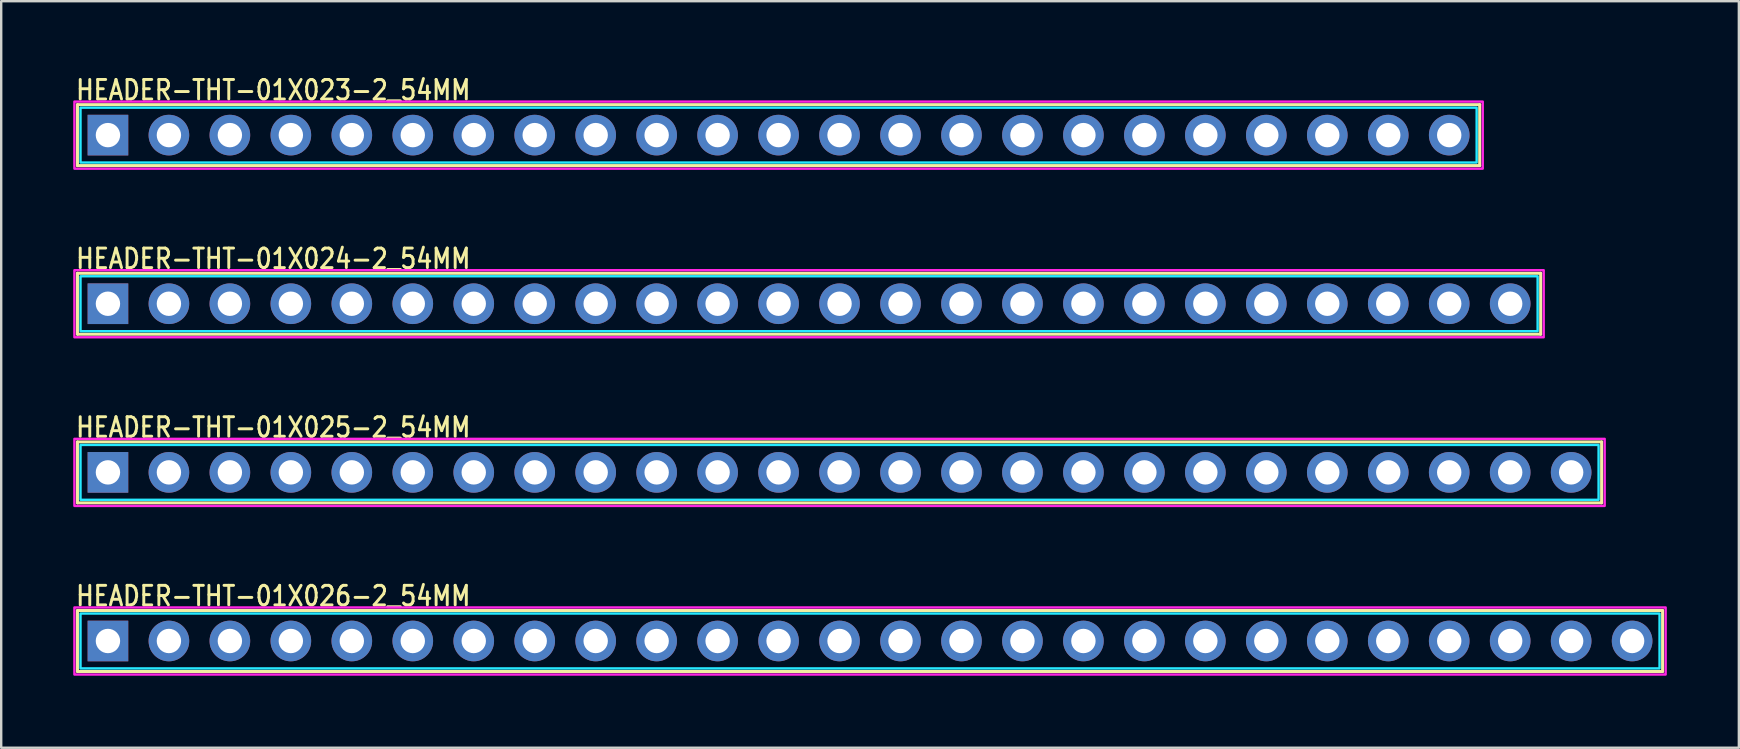
<source format=kicad_pcb>
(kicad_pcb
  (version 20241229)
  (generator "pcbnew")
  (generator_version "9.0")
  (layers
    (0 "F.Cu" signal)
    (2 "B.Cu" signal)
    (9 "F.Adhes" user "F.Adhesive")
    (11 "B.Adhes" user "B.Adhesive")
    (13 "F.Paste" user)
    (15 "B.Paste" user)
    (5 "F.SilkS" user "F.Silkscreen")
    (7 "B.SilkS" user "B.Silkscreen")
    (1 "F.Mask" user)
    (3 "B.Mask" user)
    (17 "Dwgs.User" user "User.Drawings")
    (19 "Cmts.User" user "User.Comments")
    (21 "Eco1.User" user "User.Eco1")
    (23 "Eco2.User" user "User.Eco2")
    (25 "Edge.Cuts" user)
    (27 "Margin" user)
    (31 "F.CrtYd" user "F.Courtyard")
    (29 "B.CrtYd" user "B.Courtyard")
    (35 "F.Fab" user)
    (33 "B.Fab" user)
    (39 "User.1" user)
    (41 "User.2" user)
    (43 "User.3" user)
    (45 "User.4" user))
  (footprint "HEADER-THT-01X026-2_54MM"
    (layer "F.Cu")
    (at 1.447 23.655)
    (property "Reference" "HEADER-THT-01X026-2_54MM" (at -1.4 -1.4 0) (unlocked yes) (layer "F.SilkS") (effects (font (size 0.813 0.695) (thickness 0.122)) (justify left bottom)))
    (fp_line (start -1.27 -1.27) (end -1.27 1.27) (stroke (width 0.127) (type solid)) (layer "F.SilkS"))
    (fp_line (start -1.27 1.27) (end 64.77 1.27) (stroke (width 0.127) (type solid)) (layer "F.SilkS"))
    (fp_line (start 64.77 -1.27) (end -1.27 -1.27) (stroke (width 0.127) (type solid)) (layer "F.SilkS"))
    (fp_line (start 64.77 1.27) (end 64.77 -1.27) (stroke (width 0.127) (type solid)) (layer "F.SilkS"))
    (fp_poly (pts (xy -1.143 -1.143) (xy 64.643 -1.143) (xy 64.643 1.143) (xy -1.143 1.143)) (stroke (width 0.1) (type solid)) (fill no) (layer "B.CrtYd"))
    (fp_poly (pts (xy -1.397 -1.397) (xy 64.897 -1.397) (xy 64.897 1.397) (xy -1.397 1.397)) (stroke (width 0.1) (type solid)) (fill no) (layer "F.CrtYd"))
    (pad "P$1" thru_hole rect (at 0 0) (size 1.693 1.693) (drill 1.016) (layers "*.Cu" "*.Mask"))
    (pad "P$2" thru_hole oval (at 2.54 0) (size 1.693 1.693) (drill 1.016) (layers "*.Cu" "*.Mask"))
    (pad "P$3" thru_hole oval (at 5.08 0) (size 1.693 1.693) (drill 1.016) (layers "*.Cu" "*.Mask"))
    (pad "P$4" thru_hole oval (at 7.62 0) (size 1.693 1.693) (drill 1.016) (layers "*.Cu" "*.Mask"))
    (pad "P$5" thru_hole oval (at 10.16 0) (size 1.693 1.693) (drill 1.016) (layers "*.Cu" "*.Mask"))
    (pad "P$6" thru_hole oval (at 12.7 0) (size 1.693 1.693) (drill 1.016) (layers "*.Cu" "*.Mask"))
    (pad "P$7" thru_hole oval (at 15.24 0) (size 1.693 1.693) (drill 1.016) (layers "*.Cu" "*.Mask"))
    (pad "P$8" thru_hole oval (at 17.78 0) (size 1.693 1.693) (drill 1.016) (layers "*.Cu" "*.Mask"))
    (pad "P$9" thru_hole oval (at 20.32 0) (size 1.693 1.693) (drill 1.016) (layers "*.Cu" "*.Mask"))
    (pad "P$10" thru_hole oval (at 22.86 0) (size 1.693 1.693) (drill 1.016) (layers "*.Cu" "*.Mask"))
    (pad "P$11" thru_hole oval (at 25.4 0) (size 1.693 1.693) (drill 1.016) (layers "*.Cu" "*.Mask"))
    (pad "P$12" thru_hole oval (at 27.94 0) (size 1.693 1.693) (drill 1.016) (layers "*.Cu" "*.Mask"))
    (pad "P$13" thru_hole oval (at 30.48 0) (size 1.693 1.693) (drill 1.016) (layers "*.Cu" "*.Mask"))
    (pad "P$14" thru_hole oval (at 33.02 0) (size 1.693 1.693) (drill 1.016) (layers "*.Cu" "*.Mask"))
    (pad "P$15" thru_hole oval (at 35.56 0) (size 1.693 1.693) (drill 1.016) (layers "*.Cu" "*.Mask"))
    (pad "P$16" thru_hole oval (at 38.1 0) (size 1.693 1.693) (drill 1.016) (layers "*.Cu" "*.Mask"))
    (pad "P$17" thru_hole oval (at 40.64 0) (size 1.693 1.693) (drill 1.016) (layers "*.Cu" "*.Mask"))
    (pad "P$18" thru_hole oval (at 43.18 0) (size 1.693 1.693) (drill 1.016) (layers "*.Cu" "*.Mask"))
    (pad "P$19" thru_hole oval (at 45.72 0) (size 1.693 1.693) (drill 1.016) (layers "*.Cu" "*.Mask"))
    (pad "P$20" thru_hole oval (at 48.26 0) (size 1.693 1.693) (drill 1.016) (layers "*.Cu" "*.Mask"))
    (pad "P$21" thru_hole oval (at 50.8 0) (size 1.693 1.693) (drill 1.016) (layers "*.Cu" "*.Mask"))
    (pad "P$22" thru_hole oval (at 53.34 0) (size 1.693 1.693) (drill 1.016) (layers "*.Cu" "*.Mask"))
    (pad "P$23" thru_hole oval (at 55.88 0) (size 1.693 1.693) (drill 1.016) (layers "*.Cu" "*.Mask"))
    (pad "P$24" thru_hole oval (at 58.42 0) (size 1.693 1.693) (drill 1.016) (layers "*.Cu" "*.Mask"))
    (pad "P$25" thru_hole oval (at 60.96 0) (size 1.693 1.693) (drill 1.016) (layers "*.Cu" "*.Mask"))
    (pad "P$26" thru_hole oval (at 63.5 0) (size 1.693 1.693) (drill 1.016) (layers "*.Cu" "*.Mask")))
  (footprint "HEADER-THT-01X025-2_54MM"
    (layer "F.Cu")
    (at 1.447 16.63)
    (property "Reference" "HEADER-THT-01X025-2_54MM" (at -1.4 -1.4 0) (unlocked yes) (layer "F.SilkS") (effects (font (size 0.813 0.695) (thickness 0.122)) (justify left bottom)))
    (fp_line (start -1.27 -1.27) (end -1.27 1.27) (stroke (width 0.127) (type solid)) (layer "F.SilkS"))
    (fp_line (start -1.27 1.27) (end 62.23 1.27) (stroke (width 0.127) (type solid)) (layer "F.SilkS"))
    (fp_line (start 62.23 -1.27) (end -1.27 -1.27) (stroke (width 0.127) (type solid)) (layer "F.SilkS"))
    (fp_line (start 62.23 1.27) (end 62.23 -1.27) (stroke (width 0.127) (type solid)) (layer "F.SilkS"))
    (fp_poly (pts (xy -1.143 -1.143) (xy 62.103 -1.143) (xy 62.103 1.143) (xy -1.143 1.143)) (stroke (width 0.1) (type solid)) (fill no) (layer "B.CrtYd"))
    (fp_poly (pts (xy -1.397 -1.397) (xy 62.357 -1.397) (xy 62.357 1.397) (xy -1.397 1.397)) (stroke (width 0.1) (type solid)) (fill no) (layer "F.CrtYd"))
    (pad "P$1" thru_hole rect (at 0 0) (size 1.693 1.693) (drill 1.016) (layers "*.Cu" "*.Mask"))
    (pad "P$2" thru_hole oval (at 2.54 0) (size 1.693 1.693) (drill 1.016) (layers "*.Cu" "*.Mask"))
    (pad "P$3" thru_hole oval (at 5.08 0) (size 1.693 1.693) (drill 1.016) (layers "*.Cu" "*.Mask"))
    (pad "P$4" thru_hole oval (at 7.62 0) (size 1.693 1.693) (drill 1.016) (layers "*.Cu" "*.Mask"))
    (pad "P$5" thru_hole oval (at 10.16 0) (size 1.693 1.693) (drill 1.016) (layers "*.Cu" "*.Mask"))
    (pad "P$6" thru_hole oval (at 12.7 0) (size 1.693 1.693) (drill 1.016) (layers "*.Cu" "*.Mask"))
    (pad "P$7" thru_hole oval (at 15.24 0) (size 1.693 1.693) (drill 1.016) (layers "*.Cu" "*.Mask"))
    (pad "P$8" thru_hole oval (at 17.78 0) (size 1.693 1.693) (drill 1.016) (layers "*.Cu" "*.Mask"))
    (pad "P$9" thru_hole oval (at 20.32 0) (size 1.693 1.693) (drill 1.016) (layers "*.Cu" "*.Mask"))
    (pad "P$10" thru_hole oval (at 22.86 0) (size 1.693 1.693) (drill 1.016) (layers "*.Cu" "*.Mask"))
    (pad "P$11" thru_hole oval (at 25.4 0) (size 1.693 1.693) (drill 1.016) (layers "*.Cu" "*.Mask"))
    (pad "P$12" thru_hole oval (at 27.94 0) (size 1.693 1.693) (drill 1.016) (layers "*.Cu" "*.Mask"))
    (pad "P$13" thru_hole oval (at 30.48 0) (size 1.693 1.693) (drill 1.016) (layers "*.Cu" "*.Mask"))
    (pad "P$14" thru_hole oval (at 33.02 0) (size 1.693 1.693) (drill 1.016) (layers "*.Cu" "*.Mask"))
    (pad "P$15" thru_hole oval (at 35.56 0) (size 1.693 1.693) (drill 1.016) (layers "*.Cu" "*.Mask"))
    (pad "P$16" thru_hole oval (at 38.1 0) (size 1.693 1.693) (drill 1.016) (layers "*.Cu" "*.Mask"))
    (pad "P$17" thru_hole oval (at 40.64 0) (size 1.693 1.693) (drill 1.016) (layers "*.Cu" "*.Mask"))
    (pad "P$18" thru_hole oval (at 43.18 0) (size 1.693 1.693) (drill 1.016) (layers "*.Cu" "*.Mask"))
    (pad "P$19" thru_hole oval (at 45.72 0) (size 1.693 1.693) (drill 1.016) (layers "*.Cu" "*.Mask"))
    (pad "P$20" thru_hole oval (at 48.26 0) (size 1.693 1.693) (drill 1.016) (layers "*.Cu" "*.Mask"))
    (pad "P$21" thru_hole oval (at 50.8 0) (size 1.693 1.693) (drill 1.016) (layers "*.Cu" "*.Mask"))
    (pad "P$22" thru_hole oval (at 53.34 0) (size 1.693 1.693) (drill 1.016) (layers "*.Cu" "*.Mask"))
    (pad "P$23" thru_hole oval (at 55.88 0) (size 1.693 1.693) (drill 1.016) (layers "*.Cu" "*.Mask"))
    (pad "P$24" thru_hole oval (at 58.42 0) (size 1.693 1.693) (drill 1.016) (layers "*.Cu" "*.Mask"))
    (pad "P$25" thru_hole oval (at 60.96 0) (size 1.693 1.693) (drill 1.016) (layers "*.Cu" "*.Mask")))
  (footprint "HEADER-THT-01X024-2_54MM"
    (layer "F.Cu")
    (at 1.447 9.604)
    (property "Reference" "HEADER-THT-01X024-2_54MM" (at -1.4 -1.4 0) (unlocked yes) (layer "F.SilkS") (effects (font (size 0.813 0.695) (thickness 0.122)) (justify left bottom)))
    (fp_line (start -1.27 -1.27) (end -1.27 1.27) (stroke (width 0.127) (type solid)) (layer "F.SilkS"))
    (fp_line (start -1.27 1.27) (end 59.69 1.27) (stroke (width 0.127) (type solid)) (layer "F.SilkS"))
    (fp_line (start 59.69 -1.27) (end -1.27 -1.27) (stroke (width 0.127) (type solid)) (layer "F.SilkS"))
    (fp_line (start 59.69 1.27) (end 59.69 -1.27) (stroke (width 0.127) (type solid)) (layer "F.SilkS"))
    (fp_poly (pts (xy -1.143 -1.143) (xy 59.563 -1.143) (xy 59.563 1.143) (xy -1.143 1.143)) (stroke (width 0.1) (type solid)) (fill no) (layer "B.CrtYd"))
    (fp_poly (pts (xy -1.397 -1.397) (xy 59.817 -1.397) (xy 59.817 1.397) (xy -1.397 1.397)) (stroke (width 0.1) (type solid)) (fill no) (layer "F.CrtYd"))
    (pad "P$1" thru_hole rect (at 0 0) (size 1.693 1.693) (drill 1.016) (layers "*.Cu" "*.Mask"))
    (pad "P$2" thru_hole oval (at 2.54 0) (size 1.693 1.693) (drill 1.016) (layers "*.Cu" "*.Mask"))
    (pad "P$3" thru_hole oval (at 5.08 0) (size 1.693 1.693) (drill 1.016) (layers "*.Cu" "*.Mask"))
    (pad "P$4" thru_hole oval (at 7.62 0) (size 1.693 1.693) (drill 1.016) (layers "*.Cu" "*.Mask"))
    (pad "P$5" thru_hole oval (at 10.16 0) (size 1.693 1.693) (drill 1.016) (layers "*.Cu" "*.Mask"))
    (pad "P$6" thru_hole oval (at 12.7 0) (size 1.693 1.693) (drill 1.016) (layers "*.Cu" "*.Mask"))
    (pad "P$7" thru_hole oval (at 15.24 0) (size 1.693 1.693) (drill 1.016) (layers "*.Cu" "*.Mask"))
    (pad "P$8" thru_hole oval (at 17.78 0) (size 1.693 1.693) (drill 1.016) (layers "*.Cu" "*.Mask"))
    (pad "P$9" thru_hole oval (at 20.32 0) (size 1.693 1.693) (drill 1.016) (layers "*.Cu" "*.Mask"))
    (pad "P$10" thru_hole oval (at 22.86 0) (size 1.693 1.693) (drill 1.016) (layers "*.Cu" "*.Mask"))
    (pad "P$11" thru_hole oval (at 25.4 0) (size 1.693 1.693) (drill 1.016) (layers "*.Cu" "*.Mask"))
    (pad "P$12" thru_hole oval (at 27.94 0) (size 1.693 1.693) (drill 1.016) (layers "*.Cu" "*.Mask"))
    (pad "P$13" thru_hole oval (at 30.48 0) (size 1.693 1.693) (drill 1.016) (layers "*.Cu" "*.Mask"))
    (pad "P$14" thru_hole oval (at 33.02 0) (size 1.693 1.693) (drill 1.016) (layers "*.Cu" "*.Mask"))
    (pad "P$15" thru_hole oval (at 35.56 0) (size 1.693 1.693) (drill 1.016) (layers "*.Cu" "*.Mask"))
    (pad "P$16" thru_hole oval (at 38.1 0) (size 1.693 1.693) (drill 1.016) (layers "*.Cu" "*.Mask"))
    (pad "P$17" thru_hole oval (at 40.64 0) (size 1.693 1.693) (drill 1.016) (layers "*.Cu" "*.Mask"))
    (pad "P$18" thru_hole oval (at 43.18 0) (size 1.693 1.693) (drill 1.016) (layers "*.Cu" "*.Mask"))
    (pad "P$19" thru_hole oval (at 45.72 0) (size 1.693 1.693) (drill 1.016) (layers "*.Cu" "*.Mask"))
    (pad "P$20" thru_hole oval (at 48.26 0) (size 1.693 1.693) (drill 1.016) (layers "*.Cu" "*.Mask"))
    (pad "P$21" thru_hole oval (at 50.8 0) (size 1.693 1.693) (drill 1.016) (layers "*.Cu" "*.Mask"))
    (pad "P$22" thru_hole oval (at 53.34 0) (size 1.693 1.693) (drill 1.016) (layers "*.Cu" "*.Mask"))
    (pad "P$23" thru_hole oval (at 55.88 0) (size 1.693 1.693) (drill 1.016) (layers "*.Cu" "*.Mask"))
    (pad "P$24" thru_hole oval (at 58.42 0) (size 1.693 1.693) (drill 1.016) (layers "*.Cu" "*.Mask")))
  (footprint "HEADER-THT-01X023-2_54MM"
    (layer "F.Cu")
    (at 1.447 2.579)
    (property "Reference" "HEADER-THT-01X023-2_54MM" (at -1.4 -1.4 0) (unlocked yes) (layer "F.SilkS") (effects (font (size 0.813 0.695) (thickness 0.122)) (justify left bottom)))
    (fp_line (start -1.27 -1.27) (end -1.27 1.27) (stroke (width 0.127) (type solid)) (layer "F.SilkS"))
    (fp_line (start -1.27 1.27) (end 57.15 1.27) (stroke (width 0.127) (type solid)) (layer "F.SilkS"))
    (fp_line (start 57.15 -1.27) (end -1.27 -1.27) (stroke (width 0.127) (type solid)) (layer "F.SilkS"))
    (fp_line (start 57.15 1.27) (end 57.15 -1.27) (stroke (width 0.127) (type solid)) (layer "F.SilkS"))
    (fp_poly (pts (xy -1.143 -1.143) (xy 57.023 -1.143) (xy 57.023 1.143) (xy -1.143 1.143)) (stroke (width 0.1) (type solid)) (fill no) (layer "B.CrtYd"))
    (fp_poly (pts (xy -1.397 -1.397) (xy 57.277 -1.397) (xy 57.277 1.397) (xy -1.397 1.397)) (stroke (width 0.1) (type solid)) (fill no) (layer "F.CrtYd"))
    (pad "P$1" thru_hole rect (at 0 0) (size 1.693 1.693) (drill 1.016) (layers "*.Cu" "*.Mask"))
    (pad "P$2" thru_hole oval (at 2.54 0) (size 1.693 1.693) (drill 1.016) (layers "*.Cu" "*.Mask"))
    (pad "P$3" thru_hole oval (at 5.08 0) (size 1.693 1.693) (drill 1.016) (layers "*.Cu" "*.Mask"))
    (pad "P$4" thru_hole oval (at 7.62 0) (size 1.693 1.693) (drill 1.016) (layers "*.Cu" "*.Mask"))
    (pad "P$5" thru_hole oval (at 10.16 0) (size 1.693 1.693) (drill 1.016) (layers "*.Cu" "*.Mask"))
    (pad "P$6" thru_hole oval (at 12.7 0) (size 1.693 1.693) (drill 1.016) (layers "*.Cu" "*.Mask"))
    (pad "P$7" thru_hole oval (at 15.24 0) (size 1.693 1.693) (drill 1.016) (layers "*.Cu" "*.Mask"))
    (pad "P$8" thru_hole oval (at 17.78 0) (size 1.693 1.693) (drill 1.016) (layers "*.Cu" "*.Mask"))
    (pad "P$9" thru_hole oval (at 20.32 0) (size 1.693 1.693) (drill 1.016) (layers "*.Cu" "*.Mask"))
    (pad "P$10" thru_hole oval (at 22.86 0) (size 1.693 1.693) (drill 1.016) (layers "*.Cu" "*.Mask"))
    (pad "P$11" thru_hole oval (at 25.4 0) (size 1.693 1.693) (drill 1.016) (layers "*.Cu" "*.Mask"))
    (pad "P$12" thru_hole oval (at 27.94 0) (size 1.693 1.693) (drill 1.016) (layers "*.Cu" "*.Mask"))
    (pad "P$13" thru_hole oval (at 30.48 0) (size 1.693 1.693) (drill 1.016) (layers "*.Cu" "*.Mask"))
    (pad "P$14" thru_hole oval (at 33.02 0) (size 1.693 1.693) (drill 1.016) (layers "*.Cu" "*.Mask"))
    (pad "P$15" thru_hole oval (at 35.56 0) (size 1.693 1.693) (drill 1.016) (layers "*.Cu" "*.Mask"))
    (pad "P$16" thru_hole oval (at 38.1 0) (size 1.693 1.693) (drill 1.016) (layers "*.Cu" "*.Mask"))
    (pad "P$17" thru_hole oval (at 40.64 0) (size 1.693 1.693) (drill 1.016) (layers "*.Cu" "*.Mask"))
    (pad "P$18" thru_hole oval (at 43.18 0) (size 1.693 1.693) (drill 1.016) (layers "*.Cu" "*.Mask"))
    (pad "P$19" thru_hole oval (at 45.72 0) (size 1.693 1.693) (drill 1.016) (layers "*.Cu" "*.Mask"))
    (pad "P$20" thru_hole oval (at 48.26 0) (size 1.693 1.693) (drill 1.016) (layers "*.Cu" "*.Mask"))
    (pad "P$21" thru_hole oval (at 50.8 0) (size 1.693 1.693) (drill 1.016) (layers "*.Cu" "*.Mask"))
    (pad "P$22" thru_hole oval (at 53.34 0) (size 1.693 1.693) (drill 1.016) (layers "*.Cu" "*.Mask"))
    (pad "P$23" thru_hole oval (at 55.88 0) (size 1.693 1.693) (drill 1.016) (layers "*.Cu" "*.Mask")))
  (gr_rect
    (start -3 -3)
    (end 69.394 28.102)
    (stroke (width 0.1) (type default))
    (fill no)
    (layer "Edge.Cuts")))
</source>
